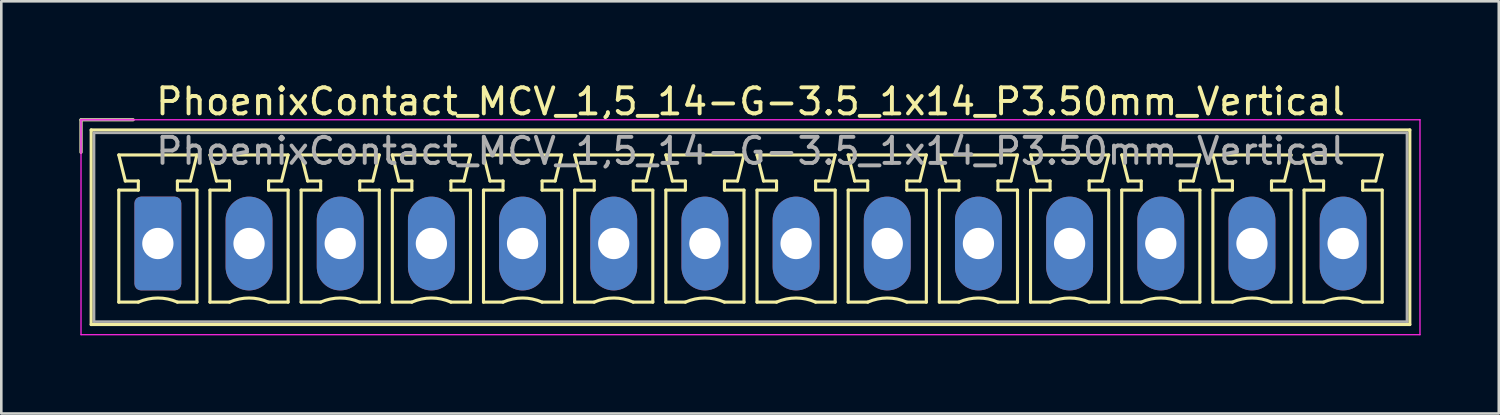
<source format=kicad_pcb>
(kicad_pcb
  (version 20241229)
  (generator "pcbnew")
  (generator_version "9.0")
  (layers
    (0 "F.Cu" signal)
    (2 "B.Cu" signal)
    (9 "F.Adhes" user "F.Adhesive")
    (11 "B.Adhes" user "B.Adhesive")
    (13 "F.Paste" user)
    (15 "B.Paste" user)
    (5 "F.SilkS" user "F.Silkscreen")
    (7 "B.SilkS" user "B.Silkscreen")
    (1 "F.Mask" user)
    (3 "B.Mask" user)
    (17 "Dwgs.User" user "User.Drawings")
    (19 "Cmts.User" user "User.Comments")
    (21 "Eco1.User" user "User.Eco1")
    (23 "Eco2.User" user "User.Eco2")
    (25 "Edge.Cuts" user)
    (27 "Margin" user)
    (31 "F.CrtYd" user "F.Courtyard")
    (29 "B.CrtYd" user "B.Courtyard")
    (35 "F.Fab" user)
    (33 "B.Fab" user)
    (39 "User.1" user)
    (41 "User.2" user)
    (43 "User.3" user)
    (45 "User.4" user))
  (footprint "PhoenixContact_MCV_1,5_14-G-3.5_1x14_P3.50mm_Vertical"
    (layer "F.Cu")
    (at 3.01 6.298)
    (property "Reference" "PhoenixContact_MCV_1,5_14-G-3.5_1x14_P3.50mm_Vertical" (at 22.75 -5.45 0) (layer "F.SilkS") (effects (font (size 1 1) (thickness 0.15))))
    (attr through_hole)
    (fp_line (start -2.95 -4.75) (end -0.95 -4.75) (stroke (width 0.12) (type solid)) (layer "F.SilkS"))
    (fp_line (start -2.95 -3.5) (end -2.95 -4.75) (stroke (width 0.12) (type solid)) (layer "F.SilkS"))
    (fp_line (start -2.56 -4.36) (end -2.56 3.11) (stroke (width 0.12) (type solid)) (layer "F.SilkS"))
    (fp_line (start -2.56 3.11) (end 48.06 3.11) (stroke (width 0.12) (type solid)) (layer "F.SilkS"))
    (fp_line (start -1.5 -3.4) (end 1.5 -3.4) (stroke (width 0.12) (type solid)) (layer "F.SilkS"))
    (fp_line (start -1.5 -2.05) (end -0.75 -2.05) (stroke (width 0.12) (type solid)) (layer "F.SilkS"))
    (fp_line (start -1.5 2.25) (end -1.5 -2.05) (stroke (width 0.12) (type solid)) (layer "F.SilkS"))
    (fp_line (start -1.25 -2.4) (end -1.5 -3.4) (stroke (width 0.12) (type solid)) (layer "F.SilkS"))
    (fp_line (start -0.75 -2.4) (end -1.25 -2.4) (stroke (width 0.12) (type solid)) (layer "F.SilkS"))
    (fp_line (start -0.75 -2.05) (end -0.75 -2.4) (stroke (width 0.12) (type solid)) (layer "F.SilkS"))
    (fp_line (start -0.75 2.25) (end -1.5 2.25) (stroke (width 0.12) (type solid)) (layer "F.SilkS"))
    (fp_line (start 0.75 -2.4) (end 0.75 -2.05) (stroke (width 0.12) (type solid)) (layer "F.SilkS"))
    (fp_line (start 0.75 -2.05) (end 1.5 -2.05) (stroke (width 0.12) (type solid)) (layer "F.SilkS"))
    (fp_line (start 1.25 -2.4) (end 0.75 -2.4) (stroke (width 0.12) (type solid)) (layer "F.SilkS"))
    (fp_line (start 1.5 -3.4) (end 1.25 -2.4) (stroke (width 0.12) (type solid)) (layer "F.SilkS"))
    (fp_line (start 1.5 -2.05) (end 1.5 2.25) (stroke (width 0.12) (type solid)) (layer "F.SilkS"))
    (fp_line (start 1.5 2.25) (end 0.75 2.25) (stroke (width 0.12) (type solid)) (layer "F.SilkS"))
    (fp_line (start 2 -3.4) (end 5 -3.4) (stroke (width 0.12) (type solid)) (layer "F.SilkS"))
    (fp_line (start 2 -2.05) (end 2.75 -2.05) (stroke (width 0.12) (type solid)) (layer "F.SilkS"))
    (fp_line (start 2 2.25) (end 2 -2.05) (stroke (width 0.12) (type solid)) (layer "F.SilkS"))
    (fp_line (start 2.25 -2.4) (end 2 -3.4) (stroke (width 0.12) (type solid)) (layer "F.SilkS"))
    (fp_line (start 2.75 -2.4) (end 2.25 -2.4) (stroke (width 0.12) (type solid)) (layer "F.SilkS"))
    (fp_line (start 2.75 -2.05) (end 2.75 -2.4) (stroke (width 0.12) (type solid)) (layer "F.SilkS"))
    (fp_line (start 2.75 2.25) (end 2 2.25) (stroke (width 0.12) (type solid)) (layer "F.SilkS"))
    (fp_line (start 4.25 -2.4) (end 4.25 -2.05) (stroke (width 0.12) (type solid)) (layer "F.SilkS"))
    (fp_line (start 4.25 -2.05) (end 5 -2.05) (stroke (width 0.12) (type solid)) (layer "F.SilkS"))
    (fp_line (start 4.75 -2.4) (end 4.25 -2.4) (stroke (width 0.12) (type solid)) (layer "F.SilkS"))
    (fp_line (start 5 -3.4) (end 4.75 -2.4) (stroke (width 0.12) (type solid)) (layer "F.SilkS"))
    (fp_line (start 5 -2.05) (end 5 2.25) (stroke (width 0.12) (type solid)) (layer "F.SilkS"))
    (fp_line (start 5 2.25) (end 4.25 2.25) (stroke (width 0.12) (type solid)) (layer "F.SilkS"))
    (fp_line (start 5.5 -3.4) (end 8.5 -3.4) (stroke (width 0.12) (type solid)) (layer "F.SilkS"))
    (fp_line (start 5.5 -2.05) (end 6.25 -2.05) (stroke (width 0.12) (type solid)) (layer "F.SilkS"))
    (fp_line (start 5.5 2.25) (end 5.5 -2.05) (stroke (width 0.12) (type solid)) (layer "F.SilkS"))
    (fp_line (start 5.75 -2.4) (end 5.5 -3.4) (stroke (width 0.12) (type solid)) (layer "F.SilkS"))
    (fp_line (start 6.25 -2.4) (end 5.75 -2.4) (stroke (width 0.12) (type solid)) (layer "F.SilkS"))
    (fp_line (start 6.25 -2.05) (end 6.25 -2.4) (stroke (width 0.12) (type solid)) (layer "F.SilkS"))
    (fp_line (start 6.25 2.25) (end 5.5 2.25) (stroke (width 0.12) (type solid)) (layer "F.SilkS"))
    (fp_line (start 7.75 -2.4) (end 7.75 -2.05) (stroke (width 0.12) (type solid)) (layer "F.SilkS"))
    (fp_line (start 7.75 -2.05) (end 8.5 -2.05) (stroke (width 0.12) (type solid)) (layer "F.SilkS"))
    (fp_line (start 8.25 -2.4) (end 7.75 -2.4) (stroke (width 0.12) (type solid)) (layer "F.SilkS"))
    (fp_line (start 8.5 -3.4) (end 8.25 -2.4) (stroke (width 0.12) (type solid)) (layer "F.SilkS"))
    (fp_line (start 8.5 -2.05) (end 8.5 2.25) (stroke (width 0.12) (type solid)) (layer "F.SilkS"))
    (fp_line (start 8.5 2.25) (end 7.75 2.25) (stroke (width 0.12) (type solid)) (layer "F.SilkS"))
    (fp_line (start 9 -3.4) (end 12 -3.4) (stroke (width 0.12) (type solid)) (layer "F.SilkS"))
    (fp_line (start 9 -2.05) (end 9.75 -2.05) (stroke (width 0.12) (type solid)) (layer "F.SilkS"))
    (fp_line (start 9 2.25) (end 9 -2.05) (stroke (width 0.12) (type solid)) (layer "F.SilkS"))
    (fp_line (start 9.25 -2.4) (end 9 -3.4) (stroke (width 0.12) (type solid)) (layer "F.SilkS"))
    (fp_line (start 9.75 -2.4) (end 9.25 -2.4) (stroke (width 0.12) (type solid)) (layer "F.SilkS"))
    (fp_line (start 9.75 -2.05) (end 9.75 -2.4) (stroke (width 0.12) (type solid)) (layer "F.SilkS"))
    (fp_line (start 9.75 2.25) (end 9 2.25) (stroke (width 0.12) (type solid)) (layer "F.SilkS"))
    (fp_line (start 11.25 -2.4) (end 11.25 -2.05) (stroke (width 0.12) (type solid)) (layer "F.SilkS"))
    (fp_line (start 11.25 -2.05) (end 12 -2.05) (stroke (width 0.12) (type solid)) (layer "F.SilkS"))
    (fp_line (start 11.75 -2.4) (end 11.25 -2.4) (stroke (width 0.12) (type solid)) (layer "F.SilkS"))
    (fp_line (start 12 -3.4) (end 11.75 -2.4) (stroke (width 0.12) (type solid)) (layer "F.SilkS"))
    (fp_line (start 12 -2.05) (end 12 2.25) (stroke (width 0.12) (type solid)) (layer "F.SilkS"))
    (fp_line (start 12 2.25) (end 11.25 2.25) (stroke (width 0.12) (type solid)) (layer "F.SilkS"))
    (fp_line (start 12.5 -3.4) (end 15.5 -3.4) (stroke (width 0.12) (type solid)) (layer "F.SilkS"))
    (fp_line (start 12.5 -2.05) (end 13.25 -2.05) (stroke (width 0.12) (type solid)) (layer "F.SilkS"))
    (fp_line (start 12.5 2.25) (end 12.5 -2.05) (stroke (width 0.12) (type solid)) (layer "F.SilkS"))
    (fp_line (start 12.75 -2.4) (end 12.5 -3.4) (stroke (width 0.12) (type solid)) (layer "F.SilkS"))
    (fp_line (start 13.25 -2.4) (end 12.75 -2.4) (stroke (width 0.12) (type solid)) (layer "F.SilkS"))
    (fp_line (start 13.25 -2.05) (end 13.25 -2.4) (stroke (width 0.12) (type solid)) (layer "F.SilkS"))
    (fp_line (start 13.25 2.25) (end 12.5 2.25) (stroke (width 0.12) (type solid)) (layer "F.SilkS"))
    (fp_line (start 14.75 -2.4) (end 14.75 -2.05) (stroke (width 0.12) (type solid)) (layer "F.SilkS"))
    (fp_line (start 14.75 -2.05) (end 15.5 -2.05) (stroke (width 0.12) (type solid)) (layer "F.SilkS"))
    (fp_line (start 15.25 -2.4) (end 14.75 -2.4) (stroke (width 0.12) (type solid)) (layer "F.SilkS"))
    (fp_line (start 15.5 -3.4) (end 15.25 -2.4) (stroke (width 0.12) (type solid)) (layer "F.SilkS"))
    (fp_line (start 15.5 -2.05) (end 15.5 2.25) (stroke (width 0.12) (type solid)) (layer "F.SilkS"))
    (fp_line (start 15.5 2.25) (end 14.75 2.25) (stroke (width 0.12) (type solid)) (layer "F.SilkS"))
    (fp_line (start 16 -3.4) (end 19 -3.4) (stroke (width 0.12) (type solid)) (layer "F.SilkS"))
    (fp_line (start 16 -2.05) (end 16.75 -2.05) (stroke (width 0.12) (type solid)) (layer "F.SilkS"))
    (fp_line (start 16 2.25) (end 16 -2.05) (stroke (width 0.12) (type solid)) (layer "F.SilkS"))
    (fp_line (start 16.25 -2.4) (end 16 -3.4) (stroke (width 0.12) (type solid)) (layer "F.SilkS"))
    (fp_line (start 16.75 -2.4) (end 16.25 -2.4) (stroke (width 0.12) (type solid)) (layer "F.SilkS"))
    (fp_line (start 16.75 -2.05) (end 16.75 -2.4) (stroke (width 0.12) (type solid)) (layer "F.SilkS"))
    (fp_line (start 16.75 2.25) (end 16 2.25) (stroke (width 0.12) (type solid)) (layer "F.SilkS"))
    (fp_line (start 18.25 -2.4) (end 18.25 -2.05) (stroke (width 0.12) (type solid)) (layer "F.SilkS"))
    (fp_line (start 18.25 -2.05) (end 19 -2.05) (stroke (width 0.12) (type solid)) (layer "F.SilkS"))
    (fp_line (start 18.75 -2.4) (end 18.25 -2.4) (stroke (width 0.12) (type solid)) (layer "F.SilkS"))
    (fp_line (start 19 -3.4) (end 18.75 -2.4) (stroke (width 0.12) (type solid)) (layer "F.SilkS"))
    (fp_line (start 19 -2.05) (end 19 2.25) (stroke (width 0.12) (type solid)) (layer "F.SilkS"))
    (fp_line (start 19 2.25) (end 18.25 2.25) (stroke (width 0.12) (type solid)) (layer "F.SilkS"))
    (fp_line (start 19.5 -3.4) (end 22.5 -3.4) (stroke (width 0.12) (type solid)) (layer "F.SilkS"))
    (fp_line (start 19.5 -2.05) (end 20.25 -2.05) (stroke (width 0.12) (type solid)) (layer "F.SilkS"))
    (fp_line (start 19.5 2.25) (end 19.5 -2.05) (stroke (width 0.12) (type solid)) (layer "F.SilkS"))
    (fp_line (start 19.75 -2.4) (end 19.5 -3.4) (stroke (width 0.12) (type solid)) (layer "F.SilkS"))
    (fp_line (start 20.25 -2.4) (end 19.75 -2.4) (stroke (width 0.12) (type solid)) (layer "F.SilkS"))
    (fp_line (start 20.25 -2.05) (end 20.25 -2.4) (stroke (width 0.12) (type solid)) (layer "F.SilkS"))
    (fp_line (start 20.25 2.25) (end 19.5 2.25) (stroke (width 0.12) (type solid)) (layer "F.SilkS"))
    (fp_line (start 21.75 -2.4) (end 21.75 -2.05) (stroke (width 0.12) (type solid)) (layer "F.SilkS"))
    (fp_line (start 21.75 -2.05) (end 22.5 -2.05) (stroke (width 0.12) (type solid)) (layer "F.SilkS"))
    (fp_line (start 22.25 -2.4) (end 21.75 -2.4) (stroke (width 0.12) (type solid)) (layer "F.SilkS"))
    (fp_line (start 22.5 -3.4) (end 22.25 -2.4) (stroke (width 0.12) (type solid)) (layer "F.SilkS"))
    (fp_line (start 22.5 -2.05) (end 22.5 2.25) (stroke (width 0.12) (type solid)) (layer "F.SilkS"))
    (fp_line (start 22.5 2.25) (end 21.75 2.25) (stroke (width 0.12) (type solid)) (layer "F.SilkS"))
    (fp_line (start 23 -3.4) (end 26 -3.4) (stroke (width 0.12) (type solid)) (layer "F.SilkS"))
    (fp_line (start 23 -2.05) (end 23.75 -2.05) (stroke (width 0.12) (type solid)) (layer "F.SilkS"))
    (fp_line (start 23 2.25) (end 23 -2.05) (stroke (width 0.12) (type solid)) (layer "F.SilkS"))
    (fp_line (start 23.25 -2.4) (end 23 -3.4) (stroke (width 0.12) (type solid)) (layer "F.SilkS"))
    (fp_line (start 23.75 -2.4) (end 23.25 -2.4) (stroke (width 0.12) (type solid)) (layer "F.SilkS"))
    (fp_line (start 23.75 -2.05) (end 23.75 -2.4) (stroke (width 0.12) (type solid)) (layer "F.SilkS"))
    (fp_line (start 23.75 2.25) (end 23 2.25) (stroke (width 0.12) (type solid)) (layer "F.SilkS"))
    (fp_line (start 25.25 -2.4) (end 25.25 -2.05) (stroke (width 0.12) (type solid)) (layer "F.SilkS"))
    (fp_line (start 25.25 -2.05) (end 26 -2.05) (stroke (width 0.12) (type solid)) (layer "F.SilkS"))
    (fp_line (start 25.75 -2.4) (end 25.25 -2.4) (stroke (width 0.12) (type solid)) (layer "F.SilkS"))
    (fp_line (start 26 -3.4) (end 25.75 -2.4) (stroke (width 0.12) (type solid)) (layer "F.SilkS"))
    (fp_line (start 26 -2.05) (end 26 2.25) (stroke (width 0.12) (type solid)) (layer "F.SilkS"))
    (fp_line (start 26 2.25) (end 25.25 2.25) (stroke (width 0.12) (type solid)) (layer "F.SilkS"))
    (fp_line (start 26.5 -3.4) (end 29.5 -3.4) (stroke (width 0.12) (type solid)) (layer "F.SilkS"))
    (fp_line (start 26.5 -2.05) (end 27.25 -2.05) (stroke (width 0.12) (type solid)) (layer "F.SilkS"))
    (fp_line (start 26.5 2.25) (end 26.5 -2.05) (stroke (width 0.12) (type solid)) (layer "F.SilkS"))
    (fp_line (start 26.75 -2.4) (end 26.5 -3.4) (stroke (width 0.12) (type solid)) (layer "F.SilkS"))
    (fp_line (start 27.25 -2.4) (end 26.75 -2.4) (stroke (width 0.12) (type solid)) (layer "F.SilkS"))
    (fp_line (start 27.25 -2.05) (end 27.25 -2.4) (stroke (width 0.12) (type solid)) (layer "F.SilkS"))
    (fp_line (start 27.25 2.25) (end 26.5 2.25) (stroke (width 0.12) (type solid)) (layer "F.SilkS"))
    (fp_line (start 28.75 -2.4) (end 28.75 -2.05) (stroke (width 0.12) (type solid)) (layer "F.SilkS"))
    (fp_line (start 28.75 -2.05) (end 29.5 -2.05) (stroke (width 0.12) (type solid)) (layer "F.SilkS"))
    (fp_line (start 29.25 -2.4) (end 28.75 -2.4) (stroke (width 0.12) (type solid)) (layer "F.SilkS"))
    (fp_line (start 29.5 -3.4) (end 29.25 -2.4) (stroke (width 0.12) (type solid)) (layer "F.SilkS"))
    (fp_line (start 29.5 -2.05) (end 29.5 2.25) (stroke (width 0.12) (type solid)) (layer "F.SilkS"))
    (fp_line (start 29.5 2.25) (end 28.75 2.25) (stroke (width 0.12) (type solid)) (layer "F.SilkS"))
    (fp_line (start 30 -3.4) (end 33 -3.4) (stroke (width 0.12) (type solid)) (layer "F.SilkS"))
    (fp_line (start 30 -2.05) (end 30.75 -2.05) (stroke (width 0.12) (type solid)) (layer "F.SilkS"))
    (fp_line (start 30 2.25) (end 30 -2.05) (stroke (width 0.12) (type solid)) (layer "F.SilkS"))
    (fp_line (start 30.25 -2.4) (end 30 -3.4) (stroke (width 0.12) (type solid)) (layer "F.SilkS"))
    (fp_line (start 30.75 -2.4) (end 30.25 -2.4) (stroke (width 0.12) (type solid)) (layer "F.SilkS"))
    (fp_line (start 30.75 -2.05) (end 30.75 -2.4) (stroke (width 0.12) (type solid)) (layer "F.SilkS"))
    (fp_line (start 30.75 2.25) (end 30 2.25) (stroke (width 0.12) (type solid)) (layer "F.SilkS"))
    (fp_line (start 32.25 -2.4) (end 32.25 -2.05) (stroke (width 0.12) (type solid)) (layer "F.SilkS"))
    (fp_line (start 32.25 -2.05) (end 33 -2.05) (stroke (width 0.12) (type solid)) (layer "F.SilkS"))
    (fp_line (start 32.75 -2.4) (end 32.25 -2.4) (stroke (width 0.12) (type solid)) (layer "F.SilkS"))
    (fp_line (start 33 -3.4) (end 32.75 -2.4) (stroke (width 0.12) (type solid)) (layer "F.SilkS"))
    (fp_line (start 33 -2.05) (end 33 2.25) (stroke (width 0.12) (type solid)) (layer "F.SilkS"))
    (fp_line (start 33 2.25) (end 32.25 2.25) (stroke (width 0.12) (type solid)) (layer "F.SilkS"))
    (fp_line (start 33.5 -3.4) (end 36.5 -3.4) (stroke (width 0.12) (type solid)) (layer "F.SilkS"))
    (fp_line (start 33.5 -2.05) (end 34.25 -2.05) (stroke (width 0.12) (type solid)) (layer "F.SilkS"))
    (fp_line (start 33.5 2.25) (end 33.5 -2.05) (stroke (width 0.12) (type solid)) (layer "F.SilkS"))
    (fp_line (start 33.75 -2.4) (end 33.5 -3.4) (stroke (width 0.12) (type solid)) (layer "F.SilkS"))
    (fp_line (start 34.25 -2.4) (end 33.75 -2.4) (stroke (width 0.12) (type solid)) (layer "F.SilkS"))
    (fp_line (start 34.25 -2.05) (end 34.25 -2.4) (stroke (width 0.12) (type solid)) (layer "F.SilkS"))
    (fp_line (start 34.25 2.25) (end 33.5 2.25) (stroke (width 0.12) (type solid)) (layer "F.SilkS"))
    (fp_line (start 35.75 -2.4) (end 35.75 -2.05) (stroke (width 0.12) (type solid)) (layer "F.SilkS"))
    (fp_line (start 35.75 -2.05) (end 36.5 -2.05) (stroke (width 0.12) (type solid)) (layer "F.SilkS"))
    (fp_line (start 36.25 -2.4) (end 35.75 -2.4) (stroke (width 0.12) (type solid)) (layer "F.SilkS"))
    (fp_line (start 36.5 -3.4) (end 36.25 -2.4) (stroke (width 0.12) (type solid)) (layer "F.SilkS"))
    (fp_line (start 36.5 -2.05) (end 36.5 2.25) (stroke (width 0.12) (type solid)) (layer "F.SilkS"))
    (fp_line (start 36.5 2.25) (end 35.75 2.25) (stroke (width 0.12) (type solid)) (layer "F.SilkS"))
    (fp_line (start 37 -3.4) (end 40 -3.4) (stroke (width 0.12) (type solid)) (layer "F.SilkS"))
    (fp_line (start 37 -2.05) (end 37.75 -2.05) (stroke (width 0.12) (type solid)) (layer "F.SilkS"))
    (fp_line (start 37 2.25) (end 37 -2.05) (stroke (width 0.12) (type solid)) (layer "F.SilkS"))
    (fp_line (start 37.25 -2.4) (end 37 -3.4) (stroke (width 0.12) (type solid)) (layer "F.SilkS"))
    (fp_line (start 37.75 -2.4) (end 37.25 -2.4) (stroke (width 0.12) (type solid)) (layer "F.SilkS"))
    (fp_line (start 37.75 -2.05) (end 37.75 -2.4) (stroke (width 0.12) (type solid)) (layer "F.SilkS"))
    (fp_line (start 37.75 2.25) (end 37 2.25) (stroke (width 0.12) (type solid)) (layer "F.SilkS"))
    (fp_line (start 39.25 -2.4) (end 39.25 -2.05) (stroke (width 0.12) (type solid)) (layer "F.SilkS"))
    (fp_line (start 39.25 -2.05) (end 40 -2.05) (stroke (width 0.12) (type solid)) (layer "F.SilkS"))
    (fp_line (start 39.75 -2.4) (end 39.25 -2.4) (stroke (width 0.12) (type solid)) (layer "F.SilkS"))
    (fp_line (start 40 -3.4) (end 39.75 -2.4) (stroke (width 0.12) (type solid)) (layer "F.SilkS"))
    (fp_line (start 40 -2.05) (end 40 2.25) (stroke (width 0.12) (type solid)) (layer "F.SilkS"))
    (fp_line (start 40 2.25) (end 39.25 2.25) (stroke (width 0.12) (type solid)) (layer "F.SilkS"))
    (fp_line (start 40.5 -3.4) (end 43.5 -3.4) (stroke (width 0.12) (type solid)) (layer "F.SilkS"))
    (fp_line (start 40.5 -2.05) (end 41.25 -2.05) (stroke (width 0.12) (type solid)) (layer "F.SilkS"))
    (fp_line (start 40.5 2.25) (end 40.5 -2.05) (stroke (width 0.12) (type solid)) (layer "F.SilkS"))
    (fp_line (start 40.75 -2.4) (end 40.5 -3.4) (stroke (width 0.12) (type solid)) (layer "F.SilkS"))
    (fp_line (start 41.25 -2.4) (end 40.75 -2.4) (stroke (width 0.12) (type solid)) (layer "F.SilkS"))
    (fp_line (start 41.25 -2.05) (end 41.25 -2.4) (stroke (width 0.12) (type solid)) (layer "F.SilkS"))
    (fp_line (start 41.25 2.25) (end 40.5 2.25) (stroke (width 0.12) (type solid)) (layer "F.SilkS"))
    (fp_line (start 42.75 -2.4) (end 42.75 -2.05) (stroke (width 0.12) (type solid)) (layer "F.SilkS"))
    (fp_line (start 42.75 -2.05) (end 43.5 -2.05) (stroke (width 0.12) (type solid)) (layer "F.SilkS"))
    (fp_line (start 43.25 -2.4) (end 42.75 -2.4) (stroke (width 0.12) (type solid)) (layer "F.SilkS"))
    (fp_line (start 43.5 -3.4) (end 43.25 -2.4) (stroke (width 0.12) (type solid)) (layer "F.SilkS"))
    (fp_line (start 43.5 -2.05) (end 43.5 2.25) (stroke (width 0.12) (type solid)) (layer "F.SilkS"))
    (fp_line (start 43.5 2.25) (end 42.75 2.25) (stroke (width 0.12) (type solid)) (layer "F.SilkS"))
    (fp_line (start 44 -3.4) (end 47 -3.4) (stroke (width 0.12) (type solid)) (layer "F.SilkS"))
    (fp_line (start 44 -2.05) (end 44.75 -2.05) (stroke (width 0.12) (type solid)) (layer "F.SilkS"))
    (fp_line (start 44 2.25) (end 44 -2.05) (stroke (width 0.12) (type solid)) (layer "F.SilkS"))
    (fp_line (start 44.25 -2.4) (end 44 -3.4) (stroke (width 0.12) (type solid)) (layer "F.SilkS"))
    (fp_line (start 44.75 -2.4) (end 44.25 -2.4) (stroke (width 0.12) (type solid)) (layer "F.SilkS"))
    (fp_line (start 44.75 -2.05) (end 44.75 -2.4) (stroke (width 0.12) (type solid)) (layer "F.SilkS"))
    (fp_line (start 44.75 2.25) (end 44 2.25) (stroke (width 0.12) (type solid)) (layer "F.SilkS"))
    (fp_line (start 46.25 -2.4) (end 46.25 -2.05) (stroke (width 0.12) (type solid)) (layer "F.SilkS"))
    (fp_line (start 46.25 -2.05) (end 47 -2.05) (stroke (width 0.12) (type solid)) (layer "F.SilkS"))
    (fp_line (start 46.75 -2.4) (end 46.25 -2.4) (stroke (width 0.12) (type solid)) (layer "F.SilkS"))
    (fp_line (start 47 -3.4) (end 46.75 -2.4) (stroke (width 0.12) (type solid)) (layer "F.SilkS"))
    (fp_line (start 47 -2.05) (end 47 2.25) (stroke (width 0.12) (type solid)) (layer "F.SilkS"))
    (fp_line (start 47 2.25) (end 46.25 2.25) (stroke (width 0.12) (type solid)) (layer "F.SilkS"))
    (fp_line (start 48.06 -4.36) (end -2.56 -4.36) (stroke (width 0.12) (type solid)) (layer "F.SilkS"))
    (fp_line (start 48.06 3.11) (end 48.06 -4.36) (stroke (width 0.12) (type solid)) (layer "F.SilkS"))
    (fp_arc (start -0.75 2.25) (mid -0.000193 2.09191) (end 0.749647 2.249844) (stroke (width 0.12) (type solid)) (layer "F.SilkS"))
    (fp_arc (start 2.75 2.25) (mid 3.499807 2.09191) (end 4.249647 2.249844) (stroke (width 0.12) (type solid)) (layer "F.SilkS"))
    (fp_arc (start 6.25 2.25) (mid 6.999807 2.09191) (end 7.749647 2.249844) (stroke (width 0.12) (type solid)) (layer "F.SilkS"))
    (fp_arc (start 9.75 2.25) (mid 10.499807 2.09191) (end 11.249647 2.249844) (stroke (width 0.12) (type solid)) (layer "F.SilkS"))
    (fp_arc (start 13.25 2.25) (mid 13.999807 2.09191) (end 14.749647 2.249844) (stroke (width 0.12) (type solid)) (layer "F.SilkS"))
    (fp_arc (start 16.75 2.25) (mid 17.499807 2.09191) (end 18.249647 2.249844) (stroke (width 0.12) (type solid)) (layer "F.SilkS"))
    (fp_arc (start 20.25 2.25) (mid 20.999807 2.09191) (end 21.749647 2.249844) (stroke (width 0.12) (type solid)) (layer "F.SilkS"))
    (fp_arc (start 23.75 2.25) (mid 24.499807 2.09191) (end 25.249647 2.249844) (stroke (width 0.12) (type solid)) (layer "F.SilkS"))
    (fp_arc (start 27.25 2.25) (mid 27.999807 2.09191) (end 28.749647 2.249844) (stroke (width 0.12) (type solid)) (layer "F.SilkS"))
    (fp_arc (start 30.75 2.25) (mid 31.499807 2.09191) (end 32.249647 2.249844) (stroke (width 0.12) (type solid)) (layer "F.SilkS"))
    (fp_arc (start 34.25 2.25) (mid 34.999807 2.09191) (end 35.749647 2.249844) (stroke (width 0.12) (type solid)) (layer "F.SilkS"))
    (fp_arc (start 37.75 2.25) (mid 38.499807 2.09191) (end 39.249647 2.249844) (stroke (width 0.12) (type solid)) (layer "F.SilkS"))
    (fp_arc (start 41.25 2.25) (mid 41.999807 2.09191) (end 42.749647 2.249844) (stroke (width 0.12) (type solid)) (layer "F.SilkS"))
    (fp_arc (start 44.75 2.25) (mid 45.499807 2.09191) (end 46.249647 2.249844) (stroke (width 0.12) (type solid)) (layer "F.SilkS"))
    (fp_line (start -2.95 -4.75) (end -2.95 3.5) (stroke (width 0.05) (type solid)) (layer "F.CrtYd"))
    (fp_line (start -2.95 3.5) (end 48.45 3.5) (stroke (width 0.05) (type solid)) (layer "F.CrtYd"))
    (fp_line (start 48.45 -4.75) (end -2.95 -4.75) (stroke (width 0.05) (type solid)) (layer "F.CrtYd"))
    (fp_line (start 48.45 3.5) (end 48.45 -4.75) (stroke (width 0.05) (type solid)) (layer "F.CrtYd"))
    (fp_line (start -2.95 -4.75) (end -0.95 -4.75) (stroke (width 0.1) (type solid)) (layer "F.Fab"))
    (fp_line (start -2.95 -3.5) (end -2.95 -4.75) (stroke (width 0.1) (type solid)) (layer "F.Fab"))
    (fp_line (start -2.45 -4.25) (end -2.45 3) (stroke (width 0.1) (type solid)) (layer "F.Fab"))
    (fp_line (start -2.45 3) (end 47.95 3) (stroke (width 0.1) (type solid)) (layer "F.Fab"))
    (fp_line (start 47.95 -4.25) (end -2.45 -4.25) (stroke (width 0.1) (type solid)) (layer "F.Fab"))
    (fp_line (start 47.95 3) (end 47.95 -4.25) (stroke (width 0.1) (type solid)) (layer "F.Fab"))
    (fp_text user "${REFERENCE}" (at 22.75 -3.55 0) (layer "F.Fab") (effects (font (size 1 1) (thickness 0.15))))
    (pad "1" thru_hole roundrect (at 0 0) (size 1.8 3.6) (drill 1.2) (layers "*.Cu" "*.Mask") (roundrect_rratio 0.139))
    (pad "2" thru_hole oval (at 3.5 0) (size 1.8 3.6) (drill 1.2) (layers "*.Cu" "*.Mask"))
    (pad "3" thru_hole oval (at 7 0) (size 1.8 3.6) (drill 1.2) (layers "*.Cu" "*.Mask"))
    (pad "4" thru_hole oval (at 10.5 0) (size 1.8 3.6) (drill 1.2) (layers "*.Cu" "*.Mask"))
    (pad "5" thru_hole oval (at 14 0) (size 1.8 3.6) (drill 1.2) (layers "*.Cu" "*.Mask"))
    (pad "6" thru_hole oval (at 17.5 0) (size 1.8 3.6) (drill 1.2) (layers "*.Cu" "*.Mask"))
    (pad "7" thru_hole oval (at 21 0) (size 1.8 3.6) (drill 1.2) (layers "*.Cu" "*.Mask"))
    (pad "8" thru_hole oval (at 24.5 0) (size 1.8 3.6) (drill 1.2) (layers "*.Cu" "*.Mask"))
    (pad "9" thru_hole oval (at 28 0) (size 1.8 3.6) (drill 1.2) (layers "*.Cu" "*.Mask"))
    (pad "10" thru_hole oval (at 31.5 0) (size 1.8 3.6) (drill 1.2) (layers "*.Cu" "*.Mask"))
    (pad "11" thru_hole oval (at 35 0) (size 1.8 3.6) (drill 1.2) (layers "*.Cu" "*.Mask"))
    (pad "12" thru_hole oval (at 38.5 0) (size 1.8 3.6) (drill 1.2) (layers "*.Cu" "*.Mask"))
    (pad "13" thru_hole oval (at 42 0) (size 1.8 3.6) (drill 1.2) (layers "*.Cu" "*.Mask"))
    (pad "14" thru_hole oval (at 45.5 0) (size 1.8 3.6) (drill 1.2) (layers "*.Cu" "*.Mask")))
  (gr_rect
    (start -3 -3)
    (end 54.485 12.823)
    (stroke (width 0.1) (type default))
    (fill no)
    (layer "Edge.Cuts")))
</source>
